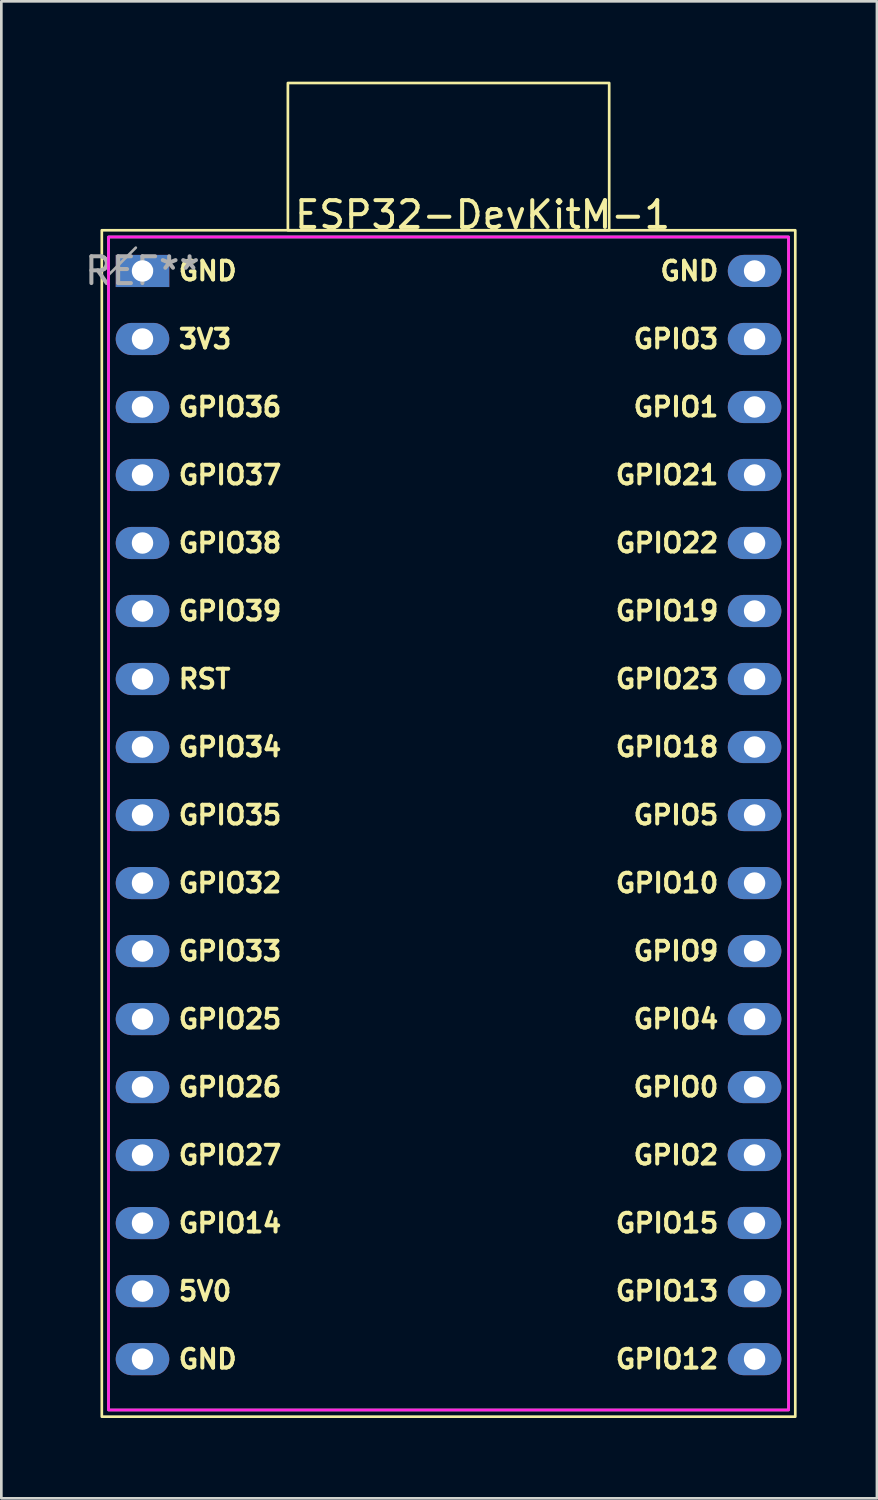
<source format=kicad_pcb>
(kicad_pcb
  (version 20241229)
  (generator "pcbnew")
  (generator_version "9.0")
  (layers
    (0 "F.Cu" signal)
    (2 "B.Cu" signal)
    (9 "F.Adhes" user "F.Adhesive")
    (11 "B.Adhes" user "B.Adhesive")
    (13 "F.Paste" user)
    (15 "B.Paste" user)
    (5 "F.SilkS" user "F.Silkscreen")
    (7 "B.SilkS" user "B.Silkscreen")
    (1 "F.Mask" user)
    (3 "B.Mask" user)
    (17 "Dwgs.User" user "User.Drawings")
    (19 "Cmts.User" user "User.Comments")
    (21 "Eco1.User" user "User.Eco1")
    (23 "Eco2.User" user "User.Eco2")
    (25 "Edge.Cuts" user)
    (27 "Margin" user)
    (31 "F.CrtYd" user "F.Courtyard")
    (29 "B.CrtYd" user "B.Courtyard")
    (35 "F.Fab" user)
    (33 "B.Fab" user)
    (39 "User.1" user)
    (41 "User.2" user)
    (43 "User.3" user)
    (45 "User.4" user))
  (footprint "ESP32-DevKitM-1"
    (layer "F.Cu")
    (at 2.272 7.07)
    (property "Reference" "ESP32-DevKitM-1" (at 12.7 -2.1 0) (layer "F.SilkS") (effects (font (size 1 1) (thickness 0.15))))
    (attr through_hole)
    (fp_rect (start -1.52 -1.52) (end 24.38 42.79) (stroke (width 0.1) (type default)) (fill no) (layer "F.SilkS"))
    (fp_rect (start 5.43 -7.02) (end 17.43 -1.52) (stroke (width 0.1) (type default)) (fill no) (layer "F.SilkS"))
    (fp_rect (start -1.27 -1.27) (end 24.13 42.54) (stroke (width 0.1) (type default)) (fill no) (layer "F.CrtYd"))
    (fp_line (start -0.25 -0.87) (end -1.25 0.13) (stroke (width 0.1) (type solid)) (layer "F.Fab"))
    (fp_rect (start -1.27 -1.27) (end 24.13 42.54) (stroke (width 0.1) (type default)) (fill no) (layer "F.Fab"))
    (fp_text user "GPIO15" (at 21.59 35.56 0) (unlocked yes) (layer "F.SilkS") (effects (font (size 0.7 0.7) (thickness 0.15)) (justify right)))
    (fp_text user "GPIO12" (at 21.59 40.64 0) (unlocked yes) (layer "F.SilkS") (effects (font (size 0.7 0.7) (thickness 0.15)) (justify right)))
    (fp_text user "GPIO1" (at 21.59 5.08 0) (unlocked yes) (layer "F.SilkS") (effects (font (size 0.7 0.7) (thickness 0.15)) (justify right)))
    (fp_text user "GPIO25" (at 1.27 27.94 0) (unlocked yes) (layer "F.SilkS") (effects (font (size 0.7 0.7) (thickness 0.15)) (justify left)))
    (fp_text user "3V3" (at 1.27 2.54 0) (unlocked yes) (layer "F.SilkS") (effects (font (size 0.7 0.7) (thickness 0.15)) (justify left)))
    (fp_text user "GPIO26" (at 1.27 30.48 0) (unlocked yes) (layer "F.SilkS") (effects (font (size 0.7 0.7) (thickness 0.15)) (justify left)))
    (fp_text user "GPIO10" (at 21.59 22.86 0) (unlocked yes) (layer "F.SilkS") (effects (font (size 0.7 0.7) (thickness 0.15)) (justify right)))
    (fp_text user "GPIO38" (at 1.27 10.16 0) (unlocked yes) (layer "F.SilkS") (effects (font (size 0.7 0.7) (thickness 0.15)) (justify left)))
    (fp_text user "GPIO22" (at 21.59 10.16 0) (unlocked yes) (layer "F.SilkS") (effects (font (size 0.7 0.7) (thickness 0.15)) (justify right)))
    (fp_text user "GPIO0" (at 21.59 30.48 0) (unlocked yes) (layer "F.SilkS") (effects (font (size 0.7 0.7) (thickness 0.15)) (justify right)))
    (fp_text user "GND" (at 1.27 0 0) (unlocked yes) (layer "F.SilkS") (effects (font (size 0.7 0.7) (thickness 0.15)) (justify left)))
    (fp_text user "5V0" (at 1.27 38.1 0) (unlocked yes) (layer "F.SilkS") (effects (font (size 0.7 0.7) (thickness 0.15)) (justify left)))
    (fp_text user "GPIO36" (at 1.27 5.08 0) (unlocked yes) (layer "F.SilkS") (effects (font (size 0.7 0.7) (thickness 0.15)) (justify left)))
    (fp_text user "GPIO4" (at 21.59 27.94 0) (unlocked yes) (layer "F.SilkS") (effects (font (size 0.7 0.7) (thickness 0.15)) (justify right)))
    (fp_text user "GPIO5" (at 21.59 20.32 0) (unlocked yes) (layer "F.SilkS") (effects (font (size 0.7 0.7) (thickness 0.15)) (justify right)))
    (fp_text user "GPIO35" (at 1.27 20.32 0) (unlocked yes) (layer "F.SilkS") (effects (font (size 0.7 0.7) (thickness 0.15)) (justify left)))
    (fp_text user "GPIO32" (at 1.27 22.86 0) (unlocked yes) (layer "F.SilkS") (effects (font (size 0.7 0.7) (thickness 0.15)) (justify left)))
    (fp_text user "RST" (at 1.27 15.24 0) (unlocked yes) (layer "F.SilkS") (effects (font (size 0.7 0.7) (thickness 0.15)) (justify left)))
    (fp_text user "GPIO3" (at 21.59 2.54 0) (unlocked yes) (layer "F.SilkS") (effects (font (size 0.7 0.7) (thickness 0.15)) (justify right)))
    (fp_text user "GPIO2" (at 21.59 33.02 0) (unlocked yes) (layer "F.SilkS") (effects (font (size 0.7 0.7) (thickness 0.15)) (justify right)))
    (fp_text user "GPIO23" (at 21.59 15.24 0) (unlocked yes) (layer "F.SilkS") (effects (font (size 0.7 0.7) (thickness 0.15)) (justify right)))
    (fp_text user "GPIO27" (at 1.27 33.02 0) (unlocked yes) (layer "F.SilkS") (effects (font (size 0.7 0.7) (thickness 0.15)) (justify left)))
    (fp_text user "GPIO37" (at 1.27 7.62 0) (unlocked yes) (layer "F.SilkS") (effects (font (size 0.7 0.7) (thickness 0.15)) (justify left)))
    (fp_text user "GPIO39" (at 1.27 12.7 0) (unlocked yes) (layer "F.SilkS") (effects (font (size 0.7 0.7) (thickness 0.15)) (justify left)))
    (fp_text user "GPIO14" (at 1.27 35.56 0) (unlocked yes) (layer "F.SilkS") (effects (font (size 0.7 0.7) (thickness 0.15)) (justify left)))
    (fp_text user "GPIO33" (at 1.27 25.4 0) (unlocked yes) (layer "F.SilkS") (effects (font (size 0.7 0.7) (thickness 0.15)) (justify left)))
    (fp_text user "GND" (at 1.27 40.64 0) (unlocked yes) (layer "F.SilkS") (effects (font (size 0.7 0.7) (thickness 0.15)) (justify left)))
    (fp_text user "GPIO9" (at 21.59 25.4 0) (unlocked yes) (layer "F.SilkS") (effects (font (size 0.7 0.7) (thickness 0.15)) (justify right)))
    (fp_text user "GPIO13" (at 21.59 38.1 0) (unlocked yes) (layer "F.SilkS") (effects (font (size 0.7 0.7) (thickness 0.15)) (justify right)))
    (fp_text user "GPIO18" (at 21.59 17.78 0) (unlocked yes) (layer "F.SilkS") (effects (font (size 0.7 0.7) (thickness 0.15)) (justify right)))
    (fp_text user "GPIO34" (at 1.27 17.78 0) (unlocked yes) (layer "F.SilkS") (effects (font (size 0.7 0.7) (thickness 0.15)) (justify left)))
    (fp_text user "GPIO19" (at 21.59 12.7 0) (unlocked yes) (layer "F.SilkS") (effects (font (size 0.7 0.7) (thickness 0.15)) (justify right)))
    (fp_text user "GND" (at 21.59 0 0) (unlocked yes) (layer "F.SilkS") (effects (font (size 0.7 0.7) (thickness 0.15)) (justify right)))
    (fp_text user "GPIO21" (at 21.59 7.62 0) (unlocked yes) (layer "F.SilkS") (effects (font (size 0.7 0.7) (thickness 0.15)) (justify right)))
    (fp_text user "REF**" (at -0.004 -0.003 0) (layer "F.Fab") (effects (font (size 1 1) (thickness 0.15))))
    (pad "1" thru_hole rect (at 0 0 270) (size 1.2 2) (drill 0.8) (layers "*.Cu" "*.Mask"))
    (pad "2" thru_hole oval (at 0 2.54 270) (size 1.2 2) (drill 0.8) (layers "*.Cu" "*.Mask"))
    (pad "3" thru_hole oval (at 0 5.08 270) (size 1.2 2) (drill 0.8) (layers "*.Cu" "*.Mask"))
    (pad "4" thru_hole oval (at 0 7.62 270) (size 1.2 2) (drill 0.8) (layers "*.Cu" "*.Mask"))
    (pad "5" thru_hole oval (at 0 10.16 270) (size 1.2 2) (drill 0.8) (layers "*.Cu" "*.Mask"))
    (pad "6" thru_hole oval (at 0 12.7 270) (size 1.2 2) (drill 0.8) (layers "*.Cu" "*.Mask"))
    (pad "7" thru_hole oval (at 0 15.24 270) (size 1.2 2) (drill 0.8) (layers "*.Cu" "*.Mask"))
    (pad "8" thru_hole oval (at 0 17.78 270) (size 1.2 2) (drill 0.8) (layers "*.Cu" "*.Mask"))
    (pad "9" thru_hole oval (at 0 20.32 270) (size 1.2 2) (drill 0.8) (layers "*.Cu" "*.Mask"))
    (pad "10" thru_hole oval (at 0 22.86 270) (size 1.2 2) (drill 0.8) (layers "*.Cu" "*.Mask"))
    (pad "11" thru_hole oval (at 0 25.4 270) (size 1.2 2) (drill 0.8) (layers "*.Cu" "*.Mask"))
    (pad "12" thru_hole oval (at 0 27.94 270) (size 1.2 2) (drill 0.8) (layers "*.Cu" "*.Mask"))
    (pad "13" thru_hole oval (at 0 30.48 270) (size 1.2 2) (drill 0.8) (layers "*.Cu" "*.Mask"))
    (pad "14" thru_hole oval (at 0 33.02 270) (size 1.2 2) (drill 0.8) (layers "*.Cu" "*.Mask"))
    (pad "15" thru_hole oval (at 0 35.56 270) (size 1.2 2) (drill 0.8) (layers "*.Cu" "*.Mask"))
    (pad "16" thru_hole oval (at 0 38.1 270) (size 1.2 2) (drill 0.8) (layers "*.Cu" "*.Mask"))
    (pad "17" thru_hole oval (at 0 40.64 270) (size 1.2 2) (drill 0.8) (layers "*.Cu" "*.Mask"))
    (pad "18" thru_hole oval (at 22.86 40.64 270) (size 1.2 2) (drill 0.8) (layers "*.Cu" "*.Mask"))
    (pad "19" thru_hole oval (at 22.86 38.1 270) (size 1.2 2) (drill 0.8) (layers "*.Cu" "*.Mask"))
    (pad "20" thru_hole oval (at 22.856 35.557 270) (size 1.2 2) (drill 0.8) (layers "*.Cu" "*.Mask"))
    (pad "21" thru_hole oval (at 22.856 33.017 270) (size 1.2 2) (drill 0.8) (layers "*.Cu" "*.Mask"))
    (pad "22" thru_hole oval (at 22.86 30.48 270) (size 1.2 2) (drill 0.8) (layers "*.Cu" "*.Mask"))
    (pad "23" thru_hole oval (at 22.86 27.94 270) (size 1.2 2) (drill 0.8) (layers "*.Cu" "*.Mask"))
    (pad "24" thru_hole oval (at 22.86 25.4 270) (size 1.2 2) (drill 0.8) (layers "*.Cu" "*.Mask"))
    (pad "25" thru_hole oval (at 22.86 22.86 270) (size 1.2 2) (drill 0.8) (layers "*.Cu" "*.Mask"))
    (pad "26" thru_hole oval (at 22.86 20.32 270) (size 1.2 2) (drill 0.8) (layers "*.Cu" "*.Mask"))
    (pad "27" thru_hole oval (at 22.86 17.78 270) (size 1.2 2) (drill 0.8) (layers "*.Cu" "*.Mask"))
    (pad "28" thru_hole oval (at 22.86 15.24 270) (size 1.2 2) (drill 0.8) (layers "*.Cu" "*.Mask"))
    (pad "29" thru_hole oval (at 22.86 12.7 270) (size 1.2 2) (drill 0.8) (layers "*.Cu" "*.Mask"))
    (pad "30" thru_hole oval (at 22.86 10.16 270) (size 1.2 2) (drill 0.8) (layers "*.Cu" "*.Mask"))
    (pad "31" thru_hole oval (at 22.86 7.62 270) (size 1.2 2) (drill 0.8) (layers "*.Cu" "*.Mask"))
    (pad "32" thru_hole oval (at 22.86 5.08 270) (size 1.2 2) (drill 0.8) (layers "*.Cu" "*.Mask"))
    (pad "33" thru_hole oval (at 22.86 2.54 270) (size 1.2 2) (drill 0.8) (layers "*.Cu" "*.Mask"))
    (pad "34" thru_hole oval (at 22.86 0 270) (size 1.2 2) (drill 0.8) (layers "*.Cu" "*.Mask")))
  (gr_rect
    (start -3 -3)
    (end 29.702 52.91)
    (stroke (width 0.1) (type default))
    (fill no)
    (layer "Edge.Cuts")))
</source>
